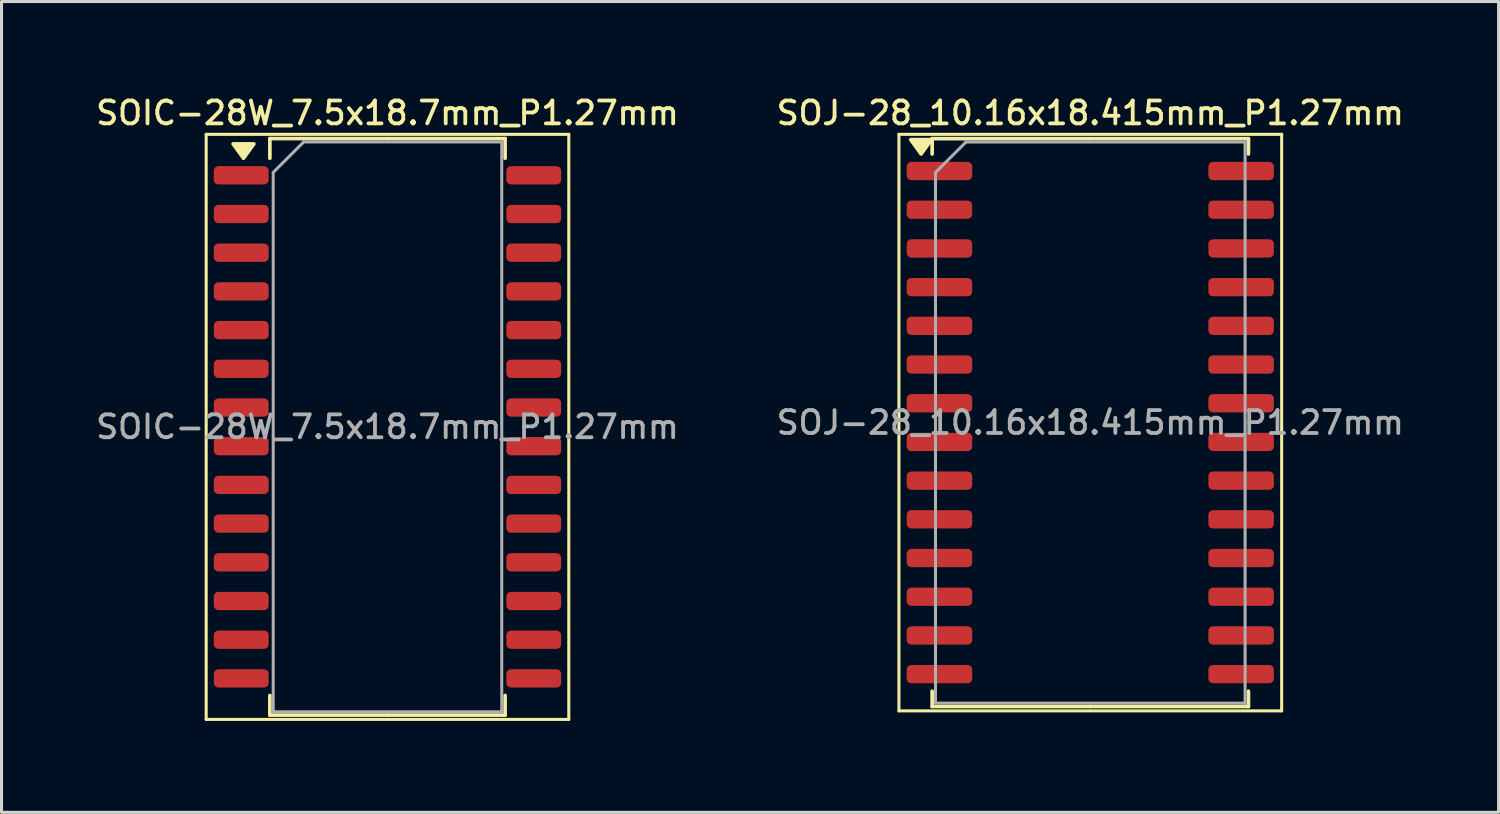
<source format=kicad_pcb>
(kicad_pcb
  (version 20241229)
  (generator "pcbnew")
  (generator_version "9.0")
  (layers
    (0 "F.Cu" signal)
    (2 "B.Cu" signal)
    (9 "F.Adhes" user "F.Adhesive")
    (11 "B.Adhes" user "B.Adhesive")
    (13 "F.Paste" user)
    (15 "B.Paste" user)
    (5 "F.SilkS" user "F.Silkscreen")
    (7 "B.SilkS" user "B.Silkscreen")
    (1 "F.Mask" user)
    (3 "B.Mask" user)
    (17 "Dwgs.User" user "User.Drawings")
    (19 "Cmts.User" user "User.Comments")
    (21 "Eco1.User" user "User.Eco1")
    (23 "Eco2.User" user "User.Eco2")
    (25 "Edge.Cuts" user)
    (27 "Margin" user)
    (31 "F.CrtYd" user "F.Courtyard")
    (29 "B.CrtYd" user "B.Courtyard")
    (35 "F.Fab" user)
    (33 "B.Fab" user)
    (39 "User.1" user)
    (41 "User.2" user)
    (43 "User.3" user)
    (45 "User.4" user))
  (footprint "SOJ-28_10.16x18.415mm_P1.27mm"
    (layer "F.Cu")
    (at 32.73 10.818)
    (property "Reference" "SOJ-28_10.16x18.415mm_P1.27mm" (at 0 -10.16 0) (layer "F.SilkS") (effects (font (size 0.75 0.75) (thickness 0.125))))
    (attr smd)
    (fp_line (start -6.28 -9.46) (end -6.28 9.46) (stroke (width 0.1) (type solid)) (layer "F.SilkS"))
    (fp_line (start -6.28 9.46) (end 6.28 9.46) (stroke (width 0.1) (type solid)) (layer "F.SilkS"))
    (fp_line (start -5.19 -9.318) (end -5.19 -8.815) (stroke (width 0.12) (type solid)) (layer "F.SilkS"))
    (fp_line (start -5.19 9.318) (end -5.19 8.815) (stroke (width 0.12) (type solid)) (layer "F.SilkS"))
    (fp_line (start 0 -9.318) (end -5.19 -9.318) (stroke (width 0.12) (type solid)) (layer "F.SilkS"))
    (fp_line (start 0 -9.318) (end 5.19 -9.318) (stroke (width 0.12) (type solid)) (layer "F.SilkS"))
    (fp_line (start 0 9.318) (end -5.19 9.318) (stroke (width 0.12) (type solid)) (layer "F.SilkS"))
    (fp_line (start 0 9.318) (end 5.19 9.318) (stroke (width 0.12) (type solid)) (layer "F.SilkS"))
    (fp_line (start 5.19 -9.318) (end 5.19 -8.815) (stroke (width 0.12) (type solid)) (layer "F.SilkS"))
    (fp_line (start 5.19 9.318) (end 5.19 8.815) (stroke (width 0.12) (type solid)) (layer "F.SilkS"))
    (fp_line (start 6.28 -9.46) (end -6.28 -9.46) (stroke (width 0.1) (type solid)) (layer "F.SilkS"))
    (fp_line (start 6.28 9.46) (end 6.28 -9.46) (stroke (width 0.1) (type solid)) (layer "F.SilkS"))
    (fp_poly (pts (xy -5.553 -8.815) (xy -5.893 -9.285) (xy -5.213 -9.285) (xy -5.553 -8.815)) (stroke (width 0.12) (type solid)) (fill yes) (layer "F.SilkS"))
    (fp_line (start -5.08 -8.207) (end -4.08 -9.207) (stroke (width 0.1) (type solid)) (layer "F.Fab"))
    (fp_line (start -5.08 9.207) (end -5.08 -8.207) (stroke (width 0.1) (type solid)) (layer "F.Fab"))
    (fp_line (start -4.08 -9.207) (end 5.08 -9.207) (stroke (width 0.1) (type solid)) (layer "F.Fab"))
    (fp_line (start 5.08 -9.207) (end 5.08 9.207) (stroke (width 0.1) (type solid)) (layer "F.Fab"))
    (fp_line (start 5.08 9.207) (end -5.08 9.207) (stroke (width 0.1) (type solid)) (layer "F.Fab"))
    (fp_text user "${REFERENCE}" (at 0 0 0) (layer "F.Fab") (effects (font (size 0.75 0.75) (thickness 0.125))))
    (pad "1" smd roundrect (at -4.95 -8.255) (size 2.15 0.6) (layers "F.Cu" "F.Mask" "F.Paste") (roundrect_rratio 0.25))
    (pad "2" smd roundrect (at -4.95 -6.985) (size 2.15 0.6) (layers "F.Cu" "F.Mask" "F.Paste") (roundrect_rratio 0.25))
    (pad "3" smd roundrect (at -4.95 -5.715) (size 2.15 0.6) (layers "F.Cu" "F.Mask" "F.Paste") (roundrect_rratio 0.25))
    (pad "4" smd roundrect (at -4.95 -4.445) (size 2.15 0.6) (layers "F.Cu" "F.Mask" "F.Paste") (roundrect_rratio 0.25))
    (pad "5" smd roundrect (at -4.95 -3.175) (size 2.15 0.6) (layers "F.Cu" "F.Mask" "F.Paste") (roundrect_rratio 0.25))
    (pad "6" smd roundrect (at -4.95 -1.905) (size 2.15 0.6) (layers "F.Cu" "F.Mask" "F.Paste") (roundrect_rratio 0.25))
    (pad "7" smd roundrect (at -4.95 -0.635) (size 2.15 0.6) (layers "F.Cu" "F.Mask" "F.Paste") (roundrect_rratio 0.25))
    (pad "8" smd roundrect (at -4.95 0.635) (size 2.15 0.6) (layers "F.Cu" "F.Mask" "F.Paste") (roundrect_rratio 0.25))
    (pad "9" smd roundrect (at -4.95 1.905) (size 2.15 0.6) (layers "F.Cu" "F.Mask" "F.Paste") (roundrect_rratio 0.25))
    (pad "10" smd roundrect (at -4.95 3.175) (size 2.15 0.6) (layers "F.Cu" "F.Mask" "F.Paste") (roundrect_rratio 0.25))
    (pad "11" smd roundrect (at -4.95 4.445) (size 2.15 0.6) (layers "F.Cu" "F.Mask" "F.Paste") (roundrect_rratio 0.25))
    (pad "12" smd roundrect (at -4.95 5.715) (size 2.15 0.6) (layers "F.Cu" "F.Mask" "F.Paste") (roundrect_rratio 0.25))
    (pad "13" smd roundrect (at -4.95 6.985) (size 2.15 0.6) (layers "F.Cu" "F.Mask" "F.Paste") (roundrect_rratio 0.25))
    (pad "14" smd roundrect (at -4.95 8.255) (size 2.15 0.6) (layers "F.Cu" "F.Mask" "F.Paste") (roundrect_rratio 0.25))
    (pad "15" smd roundrect (at 4.95 8.255) (size 2.15 0.6) (layers "F.Cu" "F.Mask" "F.Paste") (roundrect_rratio 0.25))
    (pad "16" smd roundrect (at 4.95 6.985) (size 2.15 0.6) (layers "F.Cu" "F.Mask" "F.Paste") (roundrect_rratio 0.25))
    (pad "17" smd roundrect (at 4.95 5.715) (size 2.15 0.6) (layers "F.Cu" "F.Mask" "F.Paste") (roundrect_rratio 0.25))
    (pad "18" smd roundrect (at 4.95 4.445) (size 2.15 0.6) (layers "F.Cu" "F.Mask" "F.Paste") (roundrect_rratio 0.25))
    (pad "19" smd roundrect (at 4.95 3.175) (size 2.15 0.6) (layers "F.Cu" "F.Mask" "F.Paste") (roundrect_rratio 0.25))
    (pad "20" smd roundrect (at 4.95 1.905) (size 2.15 0.6) (layers "F.Cu" "F.Mask" "F.Paste") (roundrect_rratio 0.25))
    (pad "21" smd roundrect (at 4.95 0.635) (size 2.15 0.6) (layers "F.Cu" "F.Mask" "F.Paste") (roundrect_rratio 0.25))
    (pad "22" smd roundrect (at 4.95 -0.635) (size 2.15 0.6) (layers "F.Cu" "F.Mask" "F.Paste") (roundrect_rratio 0.25))
    (pad "23" smd roundrect (at 4.95 -1.905) (size 2.15 0.6) (layers "F.Cu" "F.Mask" "F.Paste") (roundrect_rratio 0.25))
    (pad "24" smd roundrect (at 4.95 -3.175) (size 2.15 0.6) (layers "F.Cu" "F.Mask" "F.Paste") (roundrect_rratio 0.25))
    (pad "25" smd roundrect (at 4.95 -4.445) (size 2.15 0.6) (layers "F.Cu" "F.Mask" "F.Paste") (roundrect_rratio 0.25))
    (pad "26" smd roundrect (at 4.95 -5.715) (size 2.15 0.6) (layers "F.Cu" "F.Mask" "F.Paste") (roundrect_rratio 0.25))
    (pad "27" smd roundrect (at 4.95 -6.985) (size 2.15 0.6) (layers "F.Cu" "F.Mask" "F.Paste") (roundrect_rratio 0.25))
    (pad "28" smd roundrect (at 4.95 -8.255) (size 2.15 0.6) (layers "F.Cu" "F.Mask" "F.Paste") (roundrect_rratio 0.25)))
  (footprint "SOIC-28W_7.5x18.7mm_P1.27mm"
    (layer "F.Cu")
    (at 9.666 10.958)
    (property "Reference" "SOIC-28W_7.5x18.7mm_P1.27mm" (at 0 -10.3 0) (layer "F.SilkS") (effects (font (size 0.75 0.75) (thickness 0.125))))
    (attr smd)
    (fp_line (start -5.95 -9.6) (end -5.95 9.6) (stroke (width 0.1) (type solid)) (layer "F.SilkS"))
    (fp_line (start -5.95 9.6) (end 5.95 9.6) (stroke (width 0.1) (type solid)) (layer "F.SilkS"))
    (fp_line (start -3.86 -9.46) (end -3.86 -8.815) (stroke (width 0.12) (type solid)) (layer "F.SilkS"))
    (fp_line (start -3.86 9.46) (end -3.86 8.815) (stroke (width 0.12) (type solid)) (layer "F.SilkS"))
    (fp_line (start 0 -9.46) (end -3.86 -9.46) (stroke (width 0.12) (type solid)) (layer "F.SilkS"))
    (fp_line (start 0 -9.46) (end 3.86 -9.46) (stroke (width 0.12) (type solid)) (layer "F.SilkS"))
    (fp_line (start 0 9.46) (end -3.86 9.46) (stroke (width 0.12) (type solid)) (layer "F.SilkS"))
    (fp_line (start 0 9.46) (end 3.86 9.46) (stroke (width 0.12) (type solid)) (layer "F.SilkS"))
    (fp_line (start 3.86 -9.46) (end 3.86 -8.815) (stroke (width 0.12) (type solid)) (layer "F.SilkS"))
    (fp_line (start 3.86 9.46) (end 3.86 8.815) (stroke (width 0.12) (type solid)) (layer "F.SilkS"))
    (fp_line (start 5.95 -9.6) (end -5.95 -9.6) (stroke (width 0.1) (type solid)) (layer "F.SilkS"))
    (fp_line (start 5.95 9.6) (end 5.95 -9.6) (stroke (width 0.1) (type solid)) (layer "F.SilkS"))
    (fp_poly (pts (xy -4.725 -8.815) (xy -5.065 -9.285) (xy -4.385 -9.285) (xy -4.725 -8.815)) (stroke (width 0.12) (type solid)) (fill yes) (layer "F.SilkS"))
    (fp_line (start -3.75 -8.35) (end -2.75 -9.35) (stroke (width 0.1) (type solid)) (layer "F.Fab"))
    (fp_line (start -3.75 9.35) (end -3.75 -8.35) (stroke (width 0.1) (type solid)) (layer "F.Fab"))
    (fp_line (start -2.75 -9.35) (end 3.75 -9.35) (stroke (width 0.1) (type solid)) (layer "F.Fab"))
    (fp_line (start 3.75 -9.35) (end 3.75 9.35) (stroke (width 0.1) (type solid)) (layer "F.Fab"))
    (fp_line (start 3.75 9.35) (end -3.75 9.35) (stroke (width 0.1) (type solid)) (layer "F.Fab"))
    (fp_text user "${REFERENCE}" (at 0 0 0) (layer "F.Fab") (effects (font (size 0.75 0.75) (thickness 0.125))))
    (pad "1" smd roundrect (at -4.8 -8.255) (size 1.8 0.6) (layers "F.Cu" "F.Mask" "F.Paste") (roundrect_rratio 0.25))
    (pad "2" smd roundrect (at -4.8 -6.985) (size 1.8 0.6) (layers "F.Cu" "F.Mask" "F.Paste") (roundrect_rratio 0.25))
    (pad "3" smd roundrect (at -4.8 -5.715) (size 1.8 0.6) (layers "F.Cu" "F.Mask" "F.Paste") (roundrect_rratio 0.25))
    (pad "4" smd roundrect (at -4.8 -4.445) (size 1.8 0.6) (layers "F.Cu" "F.Mask" "F.Paste") (roundrect_rratio 0.25))
    (pad "5" smd roundrect (at -4.8 -3.175) (size 1.8 0.6) (layers "F.Cu" "F.Mask" "F.Paste") (roundrect_rratio 0.25))
    (pad "6" smd roundrect (at -4.8 -1.905) (size 1.8 0.6) (layers "F.Cu" "F.Mask" "F.Paste") (roundrect_rratio 0.25))
    (pad "7" smd roundrect (at -4.8 -0.635) (size 1.8 0.6) (layers "F.Cu" "F.Mask" "F.Paste") (roundrect_rratio 0.25))
    (pad "8" smd roundrect (at -4.8 0.635) (size 1.8 0.6) (layers "F.Cu" "F.Mask" "F.Paste") (roundrect_rratio 0.25))
    (pad "9" smd roundrect (at -4.8 1.905) (size 1.8 0.6) (layers "F.Cu" "F.Mask" "F.Paste") (roundrect_rratio 0.25))
    (pad "10" smd roundrect (at -4.8 3.175) (size 1.8 0.6) (layers "F.Cu" "F.Mask" "F.Paste") (roundrect_rratio 0.25))
    (pad "11" smd roundrect (at -4.8 4.445) (size 1.8 0.6) (layers "F.Cu" "F.Mask" "F.Paste") (roundrect_rratio 0.25))
    (pad "12" smd roundrect (at -4.8 5.715) (size 1.8 0.6) (layers "F.Cu" "F.Mask" "F.Paste") (roundrect_rratio 0.25))
    (pad "13" smd roundrect (at -4.8 6.985) (size 1.8 0.6) (layers "F.Cu" "F.Mask" "F.Paste") (roundrect_rratio 0.25))
    (pad "14" smd roundrect (at -4.8 8.255) (size 1.8 0.6) (layers "F.Cu" "F.Mask" "F.Paste") (roundrect_rratio 0.25))
    (pad "15" smd roundrect (at 4.8 8.255) (size 1.8 0.6) (layers "F.Cu" "F.Mask" "F.Paste") (roundrect_rratio 0.25))
    (pad "16" smd roundrect (at 4.8 6.985) (size 1.8 0.6) (layers "F.Cu" "F.Mask" "F.Paste") (roundrect_rratio 0.25))
    (pad "17" smd roundrect (at 4.8 5.715) (size 1.8 0.6) (layers "F.Cu" "F.Mask" "F.Paste") (roundrect_rratio 0.25))
    (pad "18" smd roundrect (at 4.8 4.445) (size 1.8 0.6) (layers "F.Cu" "F.Mask" "F.Paste") (roundrect_rratio 0.25))
    (pad "19" smd roundrect (at 4.8 3.175) (size 1.8 0.6) (layers "F.Cu" "F.Mask" "F.Paste") (roundrect_rratio 0.25))
    (pad "20" smd roundrect (at 4.8 1.905) (size 1.8 0.6) (layers "F.Cu" "F.Mask" "F.Paste") (roundrect_rratio 0.25))
    (pad "21" smd roundrect (at 4.8 0.635) (size 1.8 0.6) (layers "F.Cu" "F.Mask" "F.Paste") (roundrect_rratio 0.25))
    (pad "22" smd roundrect (at 4.8 -0.635) (size 1.8 0.6) (layers "F.Cu" "F.Mask" "F.Paste") (roundrect_rratio 0.25))
    (pad "23" smd roundrect (at 4.8 -1.905) (size 1.8 0.6) (layers "F.Cu" "F.Mask" "F.Paste") (roundrect_rratio 0.25))
    (pad "24" smd roundrect (at 4.8 -3.175) (size 1.8 0.6) (layers "F.Cu" "F.Mask" "F.Paste") (roundrect_rratio 0.25))
    (pad "25" smd roundrect (at 4.8 -4.445) (size 1.8 0.6) (layers "F.Cu" "F.Mask" "F.Paste") (roundrect_rratio 0.25))
    (pad "26" smd roundrect (at 4.8 -5.715) (size 1.8 0.6) (layers "F.Cu" "F.Mask" "F.Paste") (roundrect_rratio 0.25))
    (pad "27" smd roundrect (at 4.8 -6.985) (size 1.8 0.6) (layers "F.Cu" "F.Mask" "F.Paste") (roundrect_rratio 0.25))
    (pad "28" smd roundrect (at 4.8 -8.255) (size 1.8 0.6) (layers "F.Cu" "F.Mask" "F.Paste") (roundrect_rratio 0.25)))
  (gr_rect
    (start -3 -3)
    (end 46.129 23.608)
    (stroke (width 0.1) (type default))
    (fill no)
    (layer "Edge.Cuts")))
</source>
